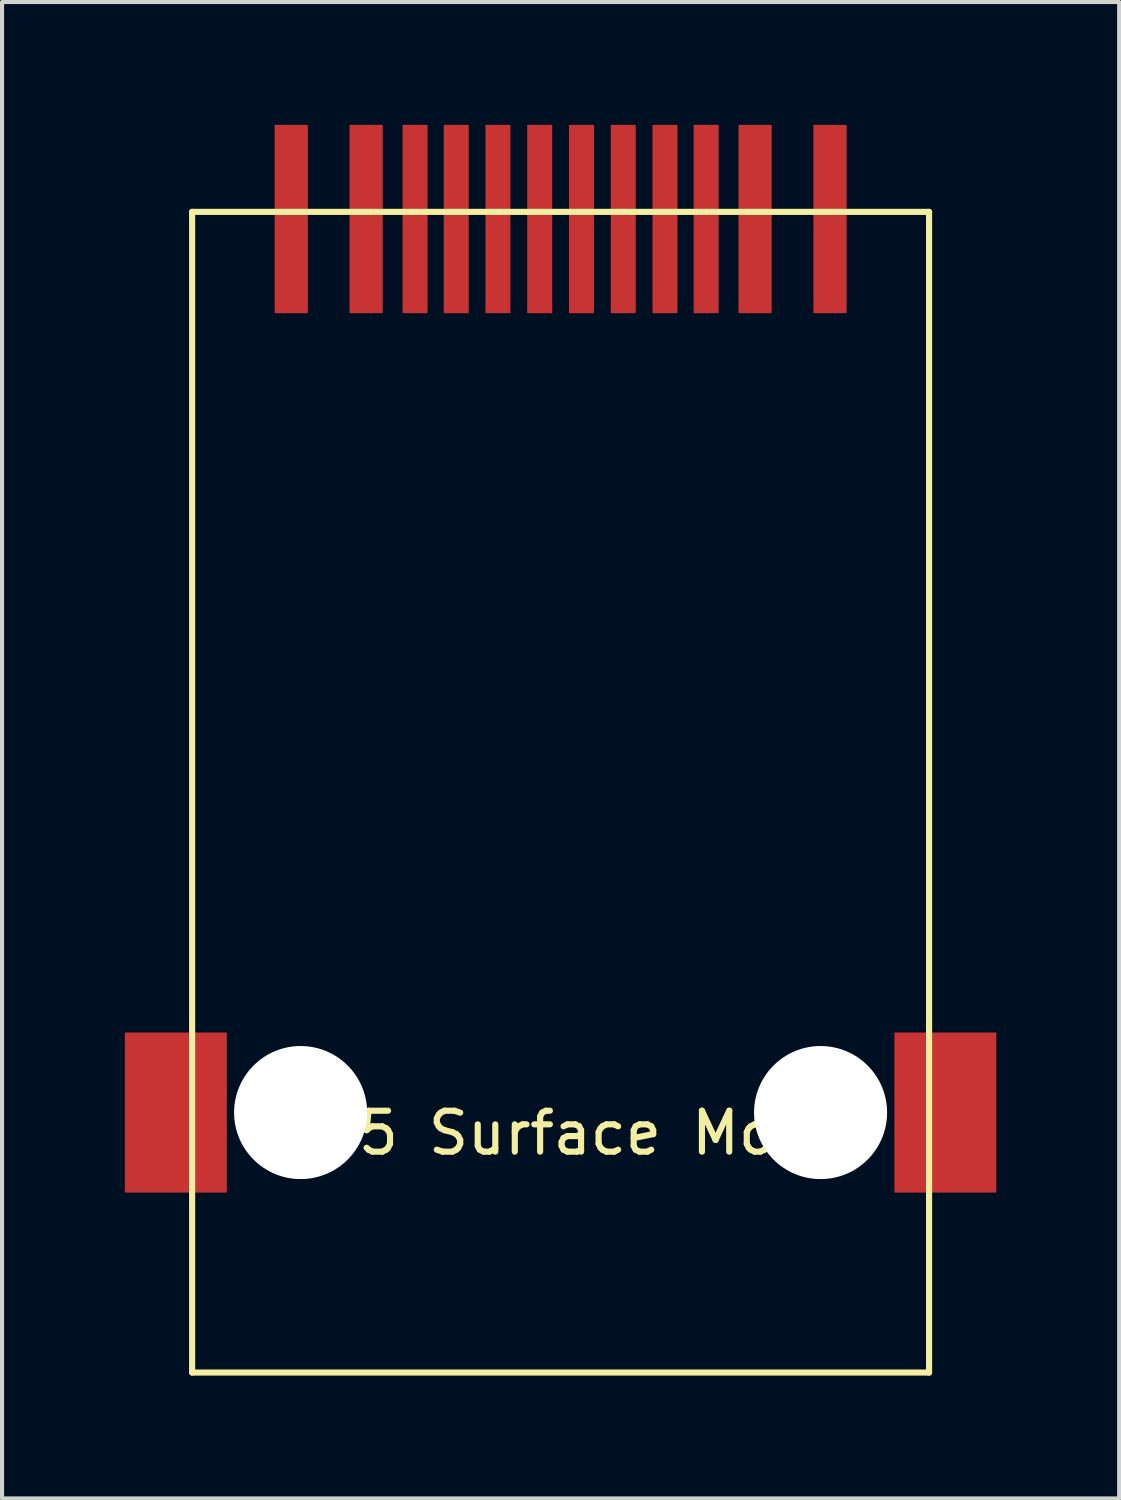
<source format=kicad_pcb>
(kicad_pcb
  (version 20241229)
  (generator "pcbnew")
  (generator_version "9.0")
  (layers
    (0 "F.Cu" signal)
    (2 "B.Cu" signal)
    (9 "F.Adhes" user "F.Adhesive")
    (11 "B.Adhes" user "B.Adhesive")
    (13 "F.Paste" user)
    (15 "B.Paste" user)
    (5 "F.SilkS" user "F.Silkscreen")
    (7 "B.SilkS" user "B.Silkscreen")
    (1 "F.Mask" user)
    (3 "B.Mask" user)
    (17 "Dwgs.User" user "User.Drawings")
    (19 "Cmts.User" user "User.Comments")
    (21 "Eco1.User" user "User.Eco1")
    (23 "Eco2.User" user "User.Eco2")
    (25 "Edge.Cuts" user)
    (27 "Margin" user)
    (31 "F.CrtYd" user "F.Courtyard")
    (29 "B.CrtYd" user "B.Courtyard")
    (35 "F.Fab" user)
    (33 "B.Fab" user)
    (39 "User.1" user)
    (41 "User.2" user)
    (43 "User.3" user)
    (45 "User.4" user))
  (footprint "RJ45 Surface Mount"
    (layer "F.Cu")
    (at 10.643 24.125)
    (property "Reference" "RJ45 Surface Mount" (at 0 0.5 0) (layer "F.SilkS") (effects (font (size 1 1) (thickness 0.15))))
    (attr through_hole)
    (fp_line (start -9 -22) (end 9 -22) (stroke (width 0.15) (type solid)) (layer "F.SilkS"))
    (fp_line (start -9 6.35) (end -9 -22) (stroke (width 0.15) (type solid)) (layer "F.SilkS"))
    (fp_line (start 9 -22) (end 9 6.35) (stroke (width 0.15) (type solid)) (layer "F.SilkS"))
    (fp_line (start 9 6.35) (end -9 6.35) (stroke (width 0.15) (type solid)) (layer "F.SilkS"))
    (pad "" np_thru_hole circle (at -6.35 0) (size 3.25 3.25) (drill 3.25) (layers "*.Cu" "*.Mask"))
    (pad "" np_thru_hole circle (at 6.35 0) (size 3.25 3.25) (drill 3.25) (layers "*.Cu" "*.Mask"))
    (pad "1" smd rect (at 6.58 -21.825) (size 0.81 4.6) (layers "F.Cu" "F.Mask" "F.Paste"))
    (pad "2" smd rect (at 4.75 -21.825) (size 0.81 4.6) (layers "F.Cu" "F.Mask" "F.Paste"))
    (pad "3" smd rect (at 3.555 -21.825) (size 0.61 4.6) (layers "F.Cu" "F.Mask" "F.Paste"))
    (pad "4" smd rect (at 2.55 -21.825) (size 0.61 4.6) (layers "F.Cu" "F.Mask" "F.Paste"))
    (pad "5" smd rect (at 1.53 -21.825) (size 0.61 4.6) (layers "F.Cu" "F.Mask" "F.Paste"))
    (pad "6" smd rect (at 0.51 -21.825) (size 0.61 4.6) (layers "F.Cu" "F.Mask" "F.Paste"))
    (pad "7" smd rect (at -0.51 -21.825) (size 0.61 4.6) (layers "F.Cu" "F.Mask" "F.Paste"))
    (pad "8" smd rect (at -1.53 -21.825) (size 0.61 4.6) (layers "F.Cu" "F.Mask" "F.Paste"))
    (pad "9" smd rect (at -2.55 -21.825) (size 0.61 4.6) (layers "F.Cu" "F.Mask" "F.Paste"))
    (pad "10" smd rect (at -3.555 -21.825) (size 0.61 4.6) (layers "F.Cu" "F.Mask" "F.Paste"))
    (pad "11" smd rect (at -4.75 -21.825) (size 0.81 4.6) (layers "F.Cu" "F.Mask" "F.Paste"))
    (pad "12" smd rect (at -6.58 -21.825) (size 0.81 4.6) (layers "F.Cu" "F.Mask" "F.Paste"))
    (pad "GND" smd rect (at -9.398 0) (size 2.49 3.91) (layers "F.Cu" "F.Mask" "F.Paste"))
    (pad "GND" smd rect (at 9.398 0) (size 2.49 3.91) (layers "F.Cu" "F.Mask" "F.Paste")))
  (gr_rect
    (start -3 -3)
    (end 24.286 33.55)
    (stroke (width 0.1) (type default))
    (fill no)
    (layer "Edge.Cuts")))
</source>
